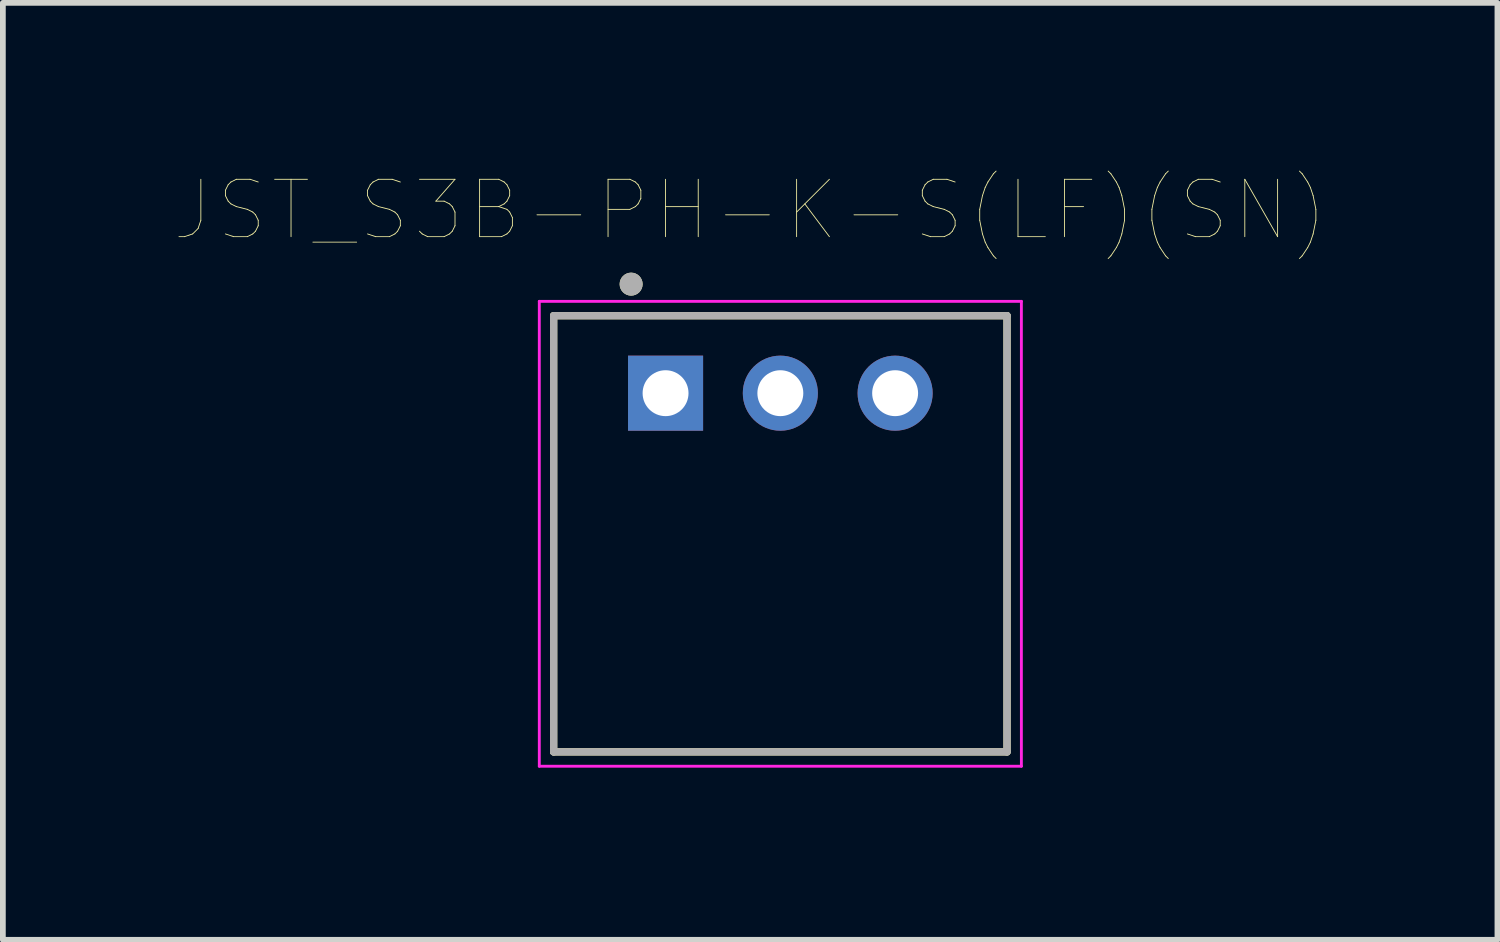
<source format=kicad_pcb>
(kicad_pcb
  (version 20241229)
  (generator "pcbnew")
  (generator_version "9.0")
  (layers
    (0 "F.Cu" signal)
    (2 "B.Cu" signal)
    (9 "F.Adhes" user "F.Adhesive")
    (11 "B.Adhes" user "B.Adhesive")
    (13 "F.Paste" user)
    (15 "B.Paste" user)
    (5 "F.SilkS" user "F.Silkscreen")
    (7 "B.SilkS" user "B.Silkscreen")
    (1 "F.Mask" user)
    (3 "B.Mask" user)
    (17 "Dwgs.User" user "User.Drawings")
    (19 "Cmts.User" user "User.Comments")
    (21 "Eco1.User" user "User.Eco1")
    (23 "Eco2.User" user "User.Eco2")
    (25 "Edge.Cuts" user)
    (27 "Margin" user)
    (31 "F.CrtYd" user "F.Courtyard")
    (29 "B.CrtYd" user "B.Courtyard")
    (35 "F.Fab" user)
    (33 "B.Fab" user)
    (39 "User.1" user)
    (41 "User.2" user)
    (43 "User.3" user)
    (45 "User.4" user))
  (footprint "JST_S3B-PH-K-S(LF)(SN)"
    (layer "F.Cu")
    (at 8.547 3.801)
    (property "Reference" "JST_S3B-PH-K-S(LF)(SN)" (at 1.474 -3.189 0) (layer "F.SilkS") (effects (font (size 1 1) (thickness 0.015))))
    (attr through_hole)
    (fp_line (start -1.95 -1.35) (end -1.95 6.25) (stroke (width 0.127) (type solid)) (layer "F.SilkS"))
    (fp_line (start -1.95 6.25) (end 5.95 6.25) (stroke (width 0.127) (type solid)) (layer "F.SilkS"))
    (fp_line (start 5.95 -1.35) (end -1.95 -1.35) (stroke (width 0.127) (type solid)) (layer "F.SilkS"))
    (fp_line (start 5.95 6.25) (end 5.95 -1.35) (stroke (width 0.127) (type solid)) (layer "F.SilkS"))
    (fp_circle (center -0.6 -1.9) (end -0.5 -1.9) (stroke (width 0.2) (type solid)) (fill no) (layer "F.SilkS"))
    (fp_line (start -2.2 -1.6) (end 6.2 -1.6) (stroke (width 0.05) (type solid)) (layer "F.CrtYd"))
    (fp_line (start -2.2 6.5) (end -2.2 -1.6) (stroke (width 0.05) (type solid)) (layer "F.CrtYd"))
    (fp_line (start 6.2 -1.6) (end 6.2 6.5) (stroke (width 0.05) (type solid)) (layer "F.CrtYd"))
    (fp_line (start 6.2 6.5) (end -2.2 6.5) (stroke (width 0.05) (type solid)) (layer "F.CrtYd"))
    (fp_line (start -1.95 -1.35) (end -1.95 6.25) (stroke (width 0.127) (type solid)) (layer "F.Fab"))
    (fp_line (start -1.95 6.25) (end 5.95 6.25) (stroke (width 0.127) (type solid)) (layer "F.Fab"))
    (fp_line (start 5.95 -1.35) (end -1.95 -1.35) (stroke (width 0.127) (type solid)) (layer "F.Fab"))
    (fp_line (start 5.95 6.25) (end 5.95 -1.35) (stroke (width 0.127) (type solid)) (layer "F.Fab"))
    (fp_circle (center -0.6 -1.9) (end -0.5 -1.9) (stroke (width 0.2) (type solid)) (fill no) (layer "F.Fab"))
    (pad "1" thru_hole rect (at 0 0) (size 1.308 1.308) (drill 0.8) (layers "*.Cu" "*.Mask"))
    (pad "2" thru_hole circle (at 2 0) (size 1.308 1.308) (drill 0.8) (layers "*.Cu" "*.Mask"))
    (pad "3" thru_hole circle (at 4 0) (size 1.308 1.308) (drill 0.8) (layers "*.Cu" "*.Mask")))
  (gr_rect
    (start -3 -3)
    (end 23.042 13.326)
    (stroke (width 0.1) (type default))
    (fill no)
    (layer "Edge.Cuts")))
</source>
